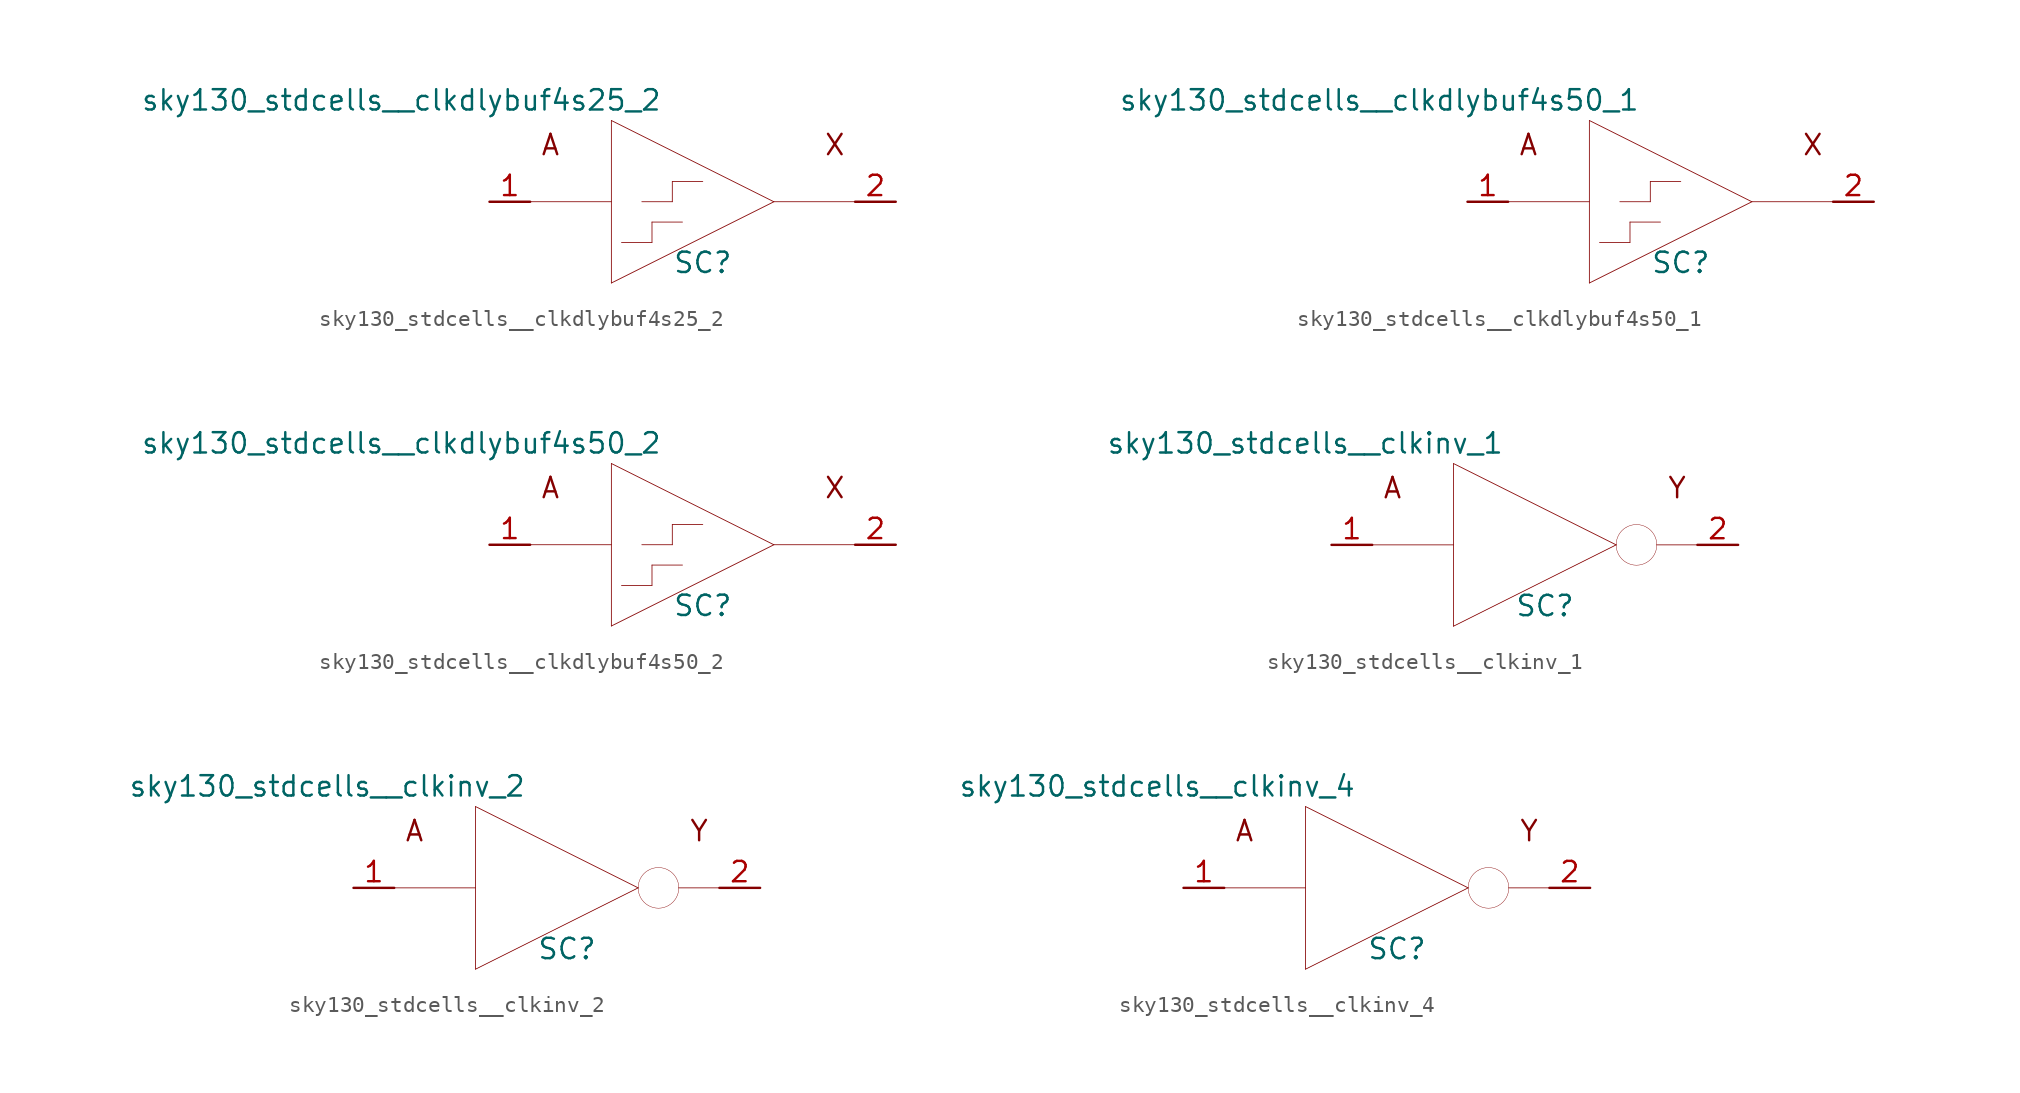
<source format=kicad_sym>
(kicad_symbol_lib
  (version 20211014)
  (generator kicad_symbol_editor)
  (symbol "sky130_stdcells__clkdlybuf4s25_2"
    (pin_names hide)
    (property "Reference" "SC"
      (at 0.635 -3.81 0)
      (effects (font (size 1.27 1.27))))
    (property "Value" "sky130_stdcells__clkdlybuf4s25_2"
      (at -1.905 6.35 0)
      (effects (font (size 1.27 1.27)) (justify right)))
    (symbol "sky130_stdcells__clkdlybuf4s25_2_0_0"
      (polyline (pts (xy -10.16 0) (xy -5.08 0)) (stroke (width 0.051) (type default) (color 0 0 0 0)) (fill (type none)))
      (polyline (pts (xy -5.08 -5.08) (xy 5.08 0)) (stroke (width 0.051) (type default) (color 0 0 0 0)) (fill (type none)))
      (polyline (pts (xy -5.08 5.08) (xy -5.08 -5.08)) (stroke (width 0.051) (type default) (color 0 0 0 0)) (fill (type none)))
      (polyline (pts (xy -5.08 5.08) (xy 5.08 0)) (stroke (width 0.051) (type default) (color 0 0 0 0)) (fill (type none)))
      (polyline (pts (xy -4.445 -2.54) (xy -2.54 -2.54)) (stroke (width 0.051) (type default) (color 0 0 0 0)) (fill (type none)))
      (polyline (pts (xy -3.175 0) (xy -1.27 0)) (stroke (width 0.051) (type default) (color 0 0 0 0)) (fill (type none)))
      (polyline (pts (xy -2.54 -1.27) (xy -2.54 -2.54)) (stroke (width 0.051) (type default) (color 0 0 0 0)) (fill (type none)))
      (polyline (pts (xy -2.54 -1.27) (xy -0.635 -1.27)) (stroke (width 0.051) (type default) (color 0 0 0 0)) (fill (type none)))
      (polyline (pts (xy -1.27 1.27) (xy -1.27 0)) (stroke (width 0.051) (type default) (color 0 0 0 0)) (fill (type none)))
      (polyline (pts (xy -1.27 1.27) (xy 0.635 1.27)) (stroke (width 0.051) (type default) (color 0 0 0 0)) (fill (type none)))
      (polyline (pts (xy 5.08 0) (xy 10.16 0)) (stroke (width 0.051) (type default) (color 0 0 0 0)) (fill (type none)))
      (text "A" (at -8.89 3.556 0) (effects (font (size 1.27 1.27))))
      (text "X" (at 8.89 3.556 0) (effects (font (size 1.27 1.27)))))
    (symbol "sky130_stdcells__clkdlybuf4s25_2_1_1"
      (pin input line (at -12.7 0 0) (length 2.54) (name "A" (effects (font (size 1.092 1.092)))) (number "1" (effects (font (size 1.27 1.27)))))
      (pin output line (at 12.7 0 180) (length 2.54) (name "X" (effects (font (size 1.092 1.092)))) (number "2" (effects (font (size 1.27 1.27)))))))
  (symbol "sky130_stdcells__clkdlybuf4s50_1"
    (pin_names hide)
    (property "Reference" "SC"
      (at 0.635 -3.81 0)
      (effects (font (size 1.27 1.27))))
    (property "Value" "sky130_stdcells__clkdlybuf4s50_1"
      (at -1.905 6.35 0)
      (effects (font (size 1.27 1.27)) (justify right)))
    (symbol "sky130_stdcells__clkdlybuf4s50_1_0_0"
      (polyline (pts (xy -10.16 0) (xy -5.08 0)) (stroke (width 0.051) (type default) (color 0 0 0 0)) (fill (type none)))
      (polyline (pts (xy -5.08 -5.08) (xy 5.08 0)) (stroke (width 0.051) (type default) (color 0 0 0 0)) (fill (type none)))
      (polyline (pts (xy -5.08 5.08) (xy -5.08 -5.08)) (stroke (width 0.051) (type default) (color 0 0 0 0)) (fill (type none)))
      (polyline (pts (xy -5.08 5.08) (xy 5.08 0)) (stroke (width 0.051) (type default) (color 0 0 0 0)) (fill (type none)))
      (polyline (pts (xy -4.445 -2.54) (xy -2.54 -2.54)) (stroke (width 0.051) (type default) (color 0 0 0 0)) (fill (type none)))
      (polyline (pts (xy -3.175 0) (xy -1.27 0)) (stroke (width 0.051) (type default) (color 0 0 0 0)) (fill (type none)))
      (polyline (pts (xy -2.54 -1.27) (xy -2.54 -2.54)) (stroke (width 0.051) (type default) (color 0 0 0 0)) (fill (type none)))
      (polyline (pts (xy -2.54 -1.27) (xy -0.635 -1.27)) (stroke (width 0.051) (type default) (color 0 0 0 0)) (fill (type none)))
      (polyline (pts (xy -1.27 1.27) (xy -1.27 0)) (stroke (width 0.051) (type default) (color 0 0 0 0)) (fill (type none)))
      (polyline (pts (xy -1.27 1.27) (xy 0.635 1.27)) (stroke (width 0.051) (type default) (color 0 0 0 0)) (fill (type none)))
      (polyline (pts (xy 5.08 0) (xy 10.16 0)) (stroke (width 0.051) (type default) (color 0 0 0 0)) (fill (type none)))
      (text "A" (at -8.89 3.556 0) (effects (font (size 1.27 1.27))))
      (text "X" (at 8.89 3.556 0) (effects (font (size 1.27 1.27)))))
    (symbol "sky130_stdcells__clkdlybuf4s50_1_1_1"
      (pin input line (at -12.7 0 0) (length 2.54) (name "A" (effects (font (size 1.092 1.092)))) (number "1" (effects (font (size 1.27 1.27)))))
      (pin output line (at 12.7 0 180) (length 2.54) (name "X" (effects (font (size 1.092 1.092)))) (number "2" (effects (font (size 1.27 1.27)))))))
  (symbol "sky130_stdcells__clkdlybuf4s50_2"
    (pin_names hide)
    (property "Reference" "SC"
      (at 0.635 -3.81 0)
      (effects (font (size 1.27 1.27))))
    (property "Value" "sky130_stdcells__clkdlybuf4s50_2"
      (at -1.905 6.35 0)
      (effects (font (size 1.27 1.27)) (justify right)))
    (symbol "sky130_stdcells__clkdlybuf4s50_2_0_0"
      (polyline (pts (xy -10.16 0) (xy -5.08 0)) (stroke (width 0.051) (type default) (color 0 0 0 0)) (fill (type none)))
      (polyline (pts (xy -5.08 -5.08) (xy 5.08 0)) (stroke (width 0.051) (type default) (color 0 0 0 0)) (fill (type none)))
      (polyline (pts (xy -5.08 5.08) (xy -5.08 -5.08)) (stroke (width 0.051) (type default) (color 0 0 0 0)) (fill (type none)))
      (polyline (pts (xy -5.08 5.08) (xy 5.08 0)) (stroke (width 0.051) (type default) (color 0 0 0 0)) (fill (type none)))
      (polyline (pts (xy -4.445 -2.54) (xy -2.54 -2.54)) (stroke (width 0.051) (type default) (color 0 0 0 0)) (fill (type none)))
      (polyline (pts (xy -3.175 0) (xy -1.27 0)) (stroke (width 0.051) (type default) (color 0 0 0 0)) (fill (type none)))
      (polyline (pts (xy -2.54 -1.27) (xy -2.54 -2.54)) (stroke (width 0.051) (type default) (color 0 0 0 0)) (fill (type none)))
      (polyline (pts (xy -2.54 -1.27) (xy -0.635 -1.27)) (stroke (width 0.051) (type default) (color 0 0 0 0)) (fill (type none)))
      (polyline (pts (xy -1.27 1.27) (xy -1.27 0)) (stroke (width 0.051) (type default) (color 0 0 0 0)) (fill (type none)))
      (polyline (pts (xy -1.27 1.27) (xy 0.635 1.27)) (stroke (width 0.051) (type default) (color 0 0 0 0)) (fill (type none)))
      (polyline (pts (xy 5.08 0) (xy 10.16 0)) (stroke (width 0.051) (type default) (color 0 0 0 0)) (fill (type none)))
      (text "A" (at -8.89 3.556 0) (effects (font (size 1.27 1.27))))
      (text "X" (at 8.89 3.556 0) (effects (font (size 1.27 1.27)))))
    (symbol "sky130_stdcells__clkdlybuf4s50_2_1_1"
      (pin input line (at -12.7 0 0) (length 2.54) (name "A" (effects (font (size 1.092 1.092)))) (number "1" (effects (font (size 1.27 1.27)))))
      (pin output line (at 12.7 0 180) (length 2.54) (name "X" (effects (font (size 1.092 1.092)))) (number "2" (effects (font (size 1.27 1.27)))))))
  (symbol "sky130_stdcells__clkinv_1"
    (pin_names hide)
    (property "Reference" "SC"
      (at 0.635 -3.81 0)
      (effects (font (size 1.27 1.27))))
    (property "Value" "sky130_stdcells__clkinv_1"
      (at -1.905 6.35 0)
      (effects (font (size 1.27 1.27)) (justify right)))
    (symbol "sky130_stdcells__clkinv_1_0_0"
      (polyline (pts (xy -10.16 0) (xy -5.08 0)) (stroke (width 0.051) (type default) (color 0 0 0 0)) (fill (type none)))
      (polyline (pts (xy -5.08 -5.08) (xy 5.08 0)) (stroke (width 0.051) (type default) (color 0 0 0 0)) (fill (type none)))
      (polyline (pts (xy -5.08 5.08) (xy -5.08 -5.08)) (stroke (width 0.051) (type default) (color 0 0 0 0)) (fill (type none)))
      (polyline (pts (xy -5.08 5.08) (xy 5.08 0)) (stroke (width 0.051) (type default) (color 0 0 0 0)) (fill (type none)))
      (polyline (pts (xy 7.62 0) (xy 10.16 0)) (stroke (width 0.051) (type default) (color 0 0 0 0)) (fill (type none)))
      (arc (start 5.08 0) (mid 5.2502 -0.635) (end 5.715 -1.0999) (stroke (width 0.0254) (type default) (color 0 0 0 0)) (fill (type none)))
      (arc (start 5.715 -1.0999) (mid 6.35 -1.27) (end 6.985 -1.0999) (stroke (width 0.0254) (type default) (color 0 0 0 0)) (fill (type none)))
      (arc (start 5.715 1.0999) (mid 5.2501 0.635) (end 5.08 0) (stroke (width 0.0254) (type default) (color 0 0 0 0)) (fill (type none)))
      (arc (start 6.985 -1.0999) (mid 7.4499 -0.635) (end 7.62 0) (stroke (width 0.0254) (type default) (color 0 0 0 0)) (fill (type none)))
      (arc (start 6.985 1.0999) (mid 6.35 1.27) (end 5.715 1.0999) (stroke (width 0.0254) (type default) (color 0 0 0 0)) (fill (type none)))
      (arc (start 7.62 0) (mid 7.4498 0.635) (end 6.985 1.0999) (stroke (width 0.0254) (type default) (color 0 0 0 0)) (fill (type none)))
      (text "A" (at -8.89 3.556 0) (effects (font (size 1.27 1.27))))
      (text "Y" (at 8.89 3.556 0) (effects (font (size 1.27 1.27)))))
    (symbol "sky130_stdcells__clkinv_1_1_1"
      (pin input line (at -12.7 0 0) (length 2.54) (name "A" (effects (font (size 1.092 1.092)))) (number "1" (effects (font (size 1.27 1.27)))))
      (pin output line (at 12.7 0 180) (length 2.54) (name "Y" (effects (font (size 1.092 1.092)))) (number "2" (effects (font (size 1.27 1.27)))))))
  (symbol "sky130_stdcells__clkinv_2"
    (pin_names hide)
    (property "Reference" "SC"
      (at 0.635 -3.81 0)
      (effects (font (size 1.27 1.27))))
    (property "Value" "sky130_stdcells__clkinv_2"
      (at -1.905 6.35 0)
      (effects (font (size 1.27 1.27)) (justify right)))
    (symbol "sky130_stdcells__clkinv_2_0_0"
      (polyline (pts (xy -10.16 0) (xy -5.08 0)) (stroke (width 0.051) (type default) (color 0 0 0 0)) (fill (type none)))
      (polyline (pts (xy -5.08 -5.08) (xy 5.08 0)) (stroke (width 0.051) (type default) (color 0 0 0 0)) (fill (type none)))
      (polyline (pts (xy -5.08 5.08) (xy -5.08 -5.08)) (stroke (width 0.051) (type default) (color 0 0 0 0)) (fill (type none)))
      (polyline (pts (xy -5.08 5.08) (xy 5.08 0)) (stroke (width 0.051) (type default) (color 0 0 0 0)) (fill (type none)))
      (polyline (pts (xy 7.62 0) (xy 10.16 0)) (stroke (width 0.051) (type default) (color 0 0 0 0)) (fill (type none)))
      (arc (start 5.08 0) (mid 5.2502 -0.635) (end 5.715 -1.0999) (stroke (width 0.0254) (type default) (color 0 0 0 0)) (fill (type none)))
      (arc (start 5.715 -1.0999) (mid 6.35 -1.27) (end 6.985 -1.0999) (stroke (width 0.0254) (type default) (color 0 0 0 0)) (fill (type none)))
      (arc (start 5.715 1.0999) (mid 5.2501 0.635) (end 5.08 0) (stroke (width 0.0254) (type default) (color 0 0 0 0)) (fill (type none)))
      (arc (start 6.985 -1.0999) (mid 7.4499 -0.635) (end 7.62 0) (stroke (width 0.0254) (type default) (color 0 0 0 0)) (fill (type none)))
      (arc (start 6.985 1.0999) (mid 6.35 1.27) (end 5.715 1.0999) (stroke (width 0.0254) (type default) (color 0 0 0 0)) (fill (type none)))
      (arc (start 7.62 0) (mid 7.4498 0.635) (end 6.985 1.0999) (stroke (width 0.0254) (type default) (color 0 0 0 0)) (fill (type none)))
      (text "A" (at -8.89 3.556 0) (effects (font (size 1.27 1.27))))
      (text "Y" (at 8.89 3.556 0) (effects (font (size 1.27 1.27)))))
    (symbol "sky130_stdcells__clkinv_2_1_1"
      (pin input line (at -12.7 0 0) (length 2.54) (name "A" (effects (font (size 1.092 1.092)))) (number "1" (effects (font (size 1.27 1.27)))))
      (pin output line (at 12.7 0 180) (length 2.54) (name "Y" (effects (font (size 1.092 1.092)))) (number "2" (effects (font (size 1.27 1.27)))))))
  (symbol "sky130_stdcells__clkinv_4"
    (pin_names hide)
    (property "Reference" "SC"
      (at 0.635 -3.81 0)
      (effects (font (size 1.27 1.27))))
    (property "Value" "sky130_stdcells__clkinv_4"
      (at -1.905 6.35 0)
      (effects (font (size 1.27 1.27)) (justify right)))
    (symbol "sky130_stdcells__clkinv_4_0_0"
      (polyline (pts (xy -10.16 0) (xy -5.08 0)) (stroke (width 0.051) (type default) (color 0 0 0 0)) (fill (type none)))
      (polyline (pts (xy -5.08 -5.08) (xy 5.08 0)) (stroke (width 0.051) (type default) (color 0 0 0 0)) (fill (type none)))
      (polyline (pts (xy -5.08 5.08) (xy -5.08 -5.08)) (stroke (width 0.051) (type default) (color 0 0 0 0)) (fill (type none)))
      (polyline (pts (xy -5.08 5.08) (xy 5.08 0)) (stroke (width 0.051) (type default) (color 0 0 0 0)) (fill (type none)))
      (polyline (pts (xy 7.62 0) (xy 10.16 0)) (stroke (width 0.051) (type default) (color 0 0 0 0)) (fill (type none)))
      (arc (start 5.08 0) (mid 5.2502 -0.635) (end 5.715 -1.0999) (stroke (width 0.0254) (type default) (color 0 0 0 0)) (fill (type none)))
      (arc (start 5.715 -1.0999) (mid 6.35 -1.27) (end 6.985 -1.0999) (stroke (width 0.0254) (type default) (color 0 0 0 0)) (fill (type none)))
      (arc (start 5.715 1.0999) (mid 5.2501 0.635) (end 5.08 0) (stroke (width 0.0254) (type default) (color 0 0 0 0)) (fill (type none)))
      (arc (start 6.985 -1.0999) (mid 7.4499 -0.635) (end 7.62 0) (stroke (width 0.0254) (type default) (color 0 0 0 0)) (fill (type none)))
      (arc (start 6.985 1.0999) (mid 6.35 1.27) (end 5.715 1.0999) (stroke (width 0.0254) (type default) (color 0 0 0 0)) (fill (type none)))
      (arc (start 7.62 0) (mid 7.4498 0.635) (end 6.985 1.0999) (stroke (width 0.0254) (type default) (color 0 0 0 0)) (fill (type none)))
      (text "A" (at -8.89 3.556 0) (effects (font (size 1.27 1.27))))
      (text "Y" (at 8.89 3.556 0) (effects (font (size 1.27 1.27)))))
    (symbol "sky130_stdcells__clkinv_4_1_1"
      (pin input line (at -12.7 0 0) (length 2.54) (name "A" (effects (font (size 1.092 1.092)))) (number "1" (effects (font (size 1.27 1.27)))))
      (pin output line (at 12.7 0 180) (length 2.54) (name "Y" (effects (font (size 1.092 1.092)))) (number "2" (effects (font (size 1.27 1.27))))))))
</source>
